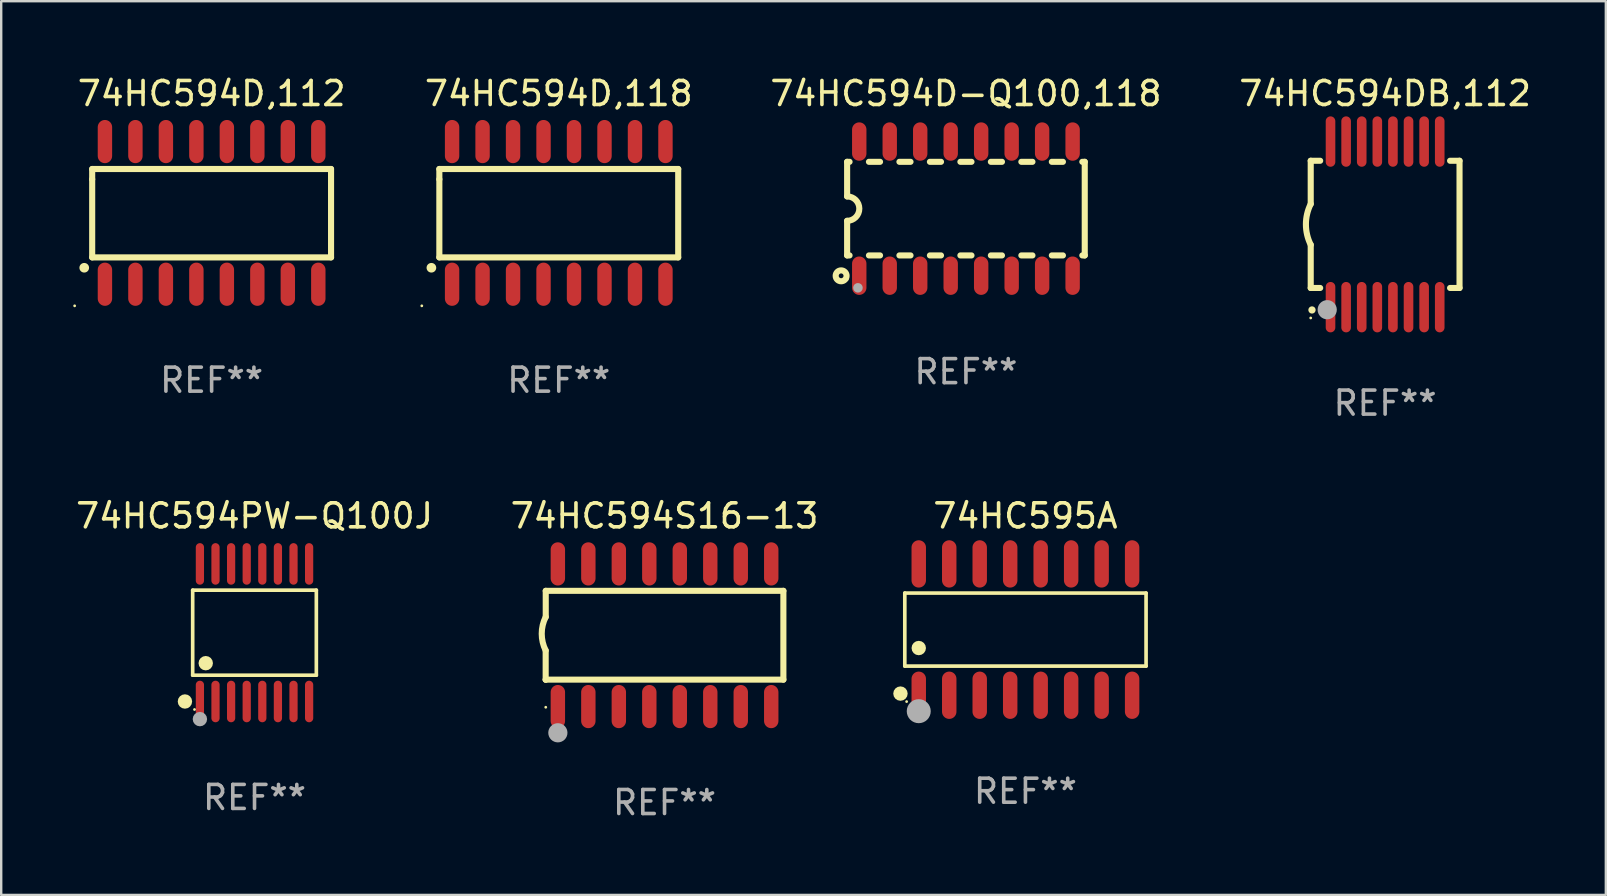
<source format=kicad_pcb>
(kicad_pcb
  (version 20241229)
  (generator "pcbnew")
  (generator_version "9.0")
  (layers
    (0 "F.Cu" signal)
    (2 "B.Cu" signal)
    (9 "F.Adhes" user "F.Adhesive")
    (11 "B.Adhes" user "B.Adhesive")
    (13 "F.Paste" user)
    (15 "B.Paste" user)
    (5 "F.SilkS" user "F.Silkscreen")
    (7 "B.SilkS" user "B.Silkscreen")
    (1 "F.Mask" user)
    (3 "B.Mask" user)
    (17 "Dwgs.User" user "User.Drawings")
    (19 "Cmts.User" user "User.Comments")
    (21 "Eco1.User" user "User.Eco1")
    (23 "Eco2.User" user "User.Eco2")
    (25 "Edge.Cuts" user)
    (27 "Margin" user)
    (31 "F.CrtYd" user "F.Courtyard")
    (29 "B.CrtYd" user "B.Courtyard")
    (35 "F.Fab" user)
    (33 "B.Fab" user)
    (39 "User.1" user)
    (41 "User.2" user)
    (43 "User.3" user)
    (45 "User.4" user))
  (footprint "74HC594PW-Q100J"
    (layer "F.Cu")
    (at 7.554 23.311)
    (property "Reference" "74HC594PW-Q100J" (at 0 -4.866 0) (layer "F.SilkS") (effects (font (size 1 1) (thickness 0.15))))
    (attr through_hole)
    (fp_line (start -2.576 -1.772) (end 2.576 -1.772) (stroke (width 0.152) (type solid)) (layer "F.SilkS"))
    (fp_line (start -2.576 1.771) (end -2.576 -1.772) (stroke (width 0.152) (type solid)) (layer "F.SilkS"))
    (fp_line (start 2.576 -1.772) (end 2.576 1.771) (stroke (width 0.152) (type solid)) (layer "F.SilkS"))
    (fp_line (start 2.576 1.771) (end -2.576 1.771) (stroke (width 0.152) (type solid)) (layer "F.SilkS"))
    (fp_circle (center -2.899 2.866) (end -2.749 2.866) (stroke (width 0.3) (type solid)) (fill no) (layer "F.SilkS"))
    (fp_circle (center -2.5 3.2) (end -2.47 3.2) (stroke (width 0.06) (type solid)) (fill no) (layer "F.SilkS"))
    (fp_circle (center -2.032 1.27) (end -1.882 1.27) (stroke (width 0.3) (type solid)) (fill no) (layer "F.SilkS"))
    (fp_circle (center -2.275 3.6) (end -2.125 3.6) (stroke (width 0.3) (type solid)) (fill no) (layer "F.Fab"))
    (fp_text user "REF**" (at 0 6.866 0) (layer "F.Fab") (effects (font (size 1 1) (thickness 0.15))))
    (pad "1" smd oval (at -2.275 2.866) (size 0.343 1.731) (layers "F.Cu" "F.Mask" "F.Paste"))
    (pad "2" smd oval (at -1.625 2.866) (size 0.343 1.731) (layers "F.Cu" "F.Mask" "F.Paste"))
    (pad "3" smd oval (at -0.975 2.866) (size 0.343 1.731) (layers "F.Cu" "F.Mask" "F.Paste"))
    (pad "4" smd oval (at -0.325 2.866) (size 0.343 1.731) (layers "F.Cu" "F.Mask" "F.Paste"))
    (pad "5" smd oval (at 0.325 2.866) (size 0.343 1.731) (layers "F.Cu" "F.Mask" "F.Paste"))
    (pad "6" smd oval (at 0.975 2.866) (size 0.343 1.731) (layers "F.Cu" "F.Mask" "F.Paste"))
    (pad "7" smd oval (at 1.625 2.866) (size 0.343 1.731) (layers "F.Cu" "F.Mask" "F.Paste"))
    (pad "8" smd oval (at 2.275 2.866) (size 0.343 1.731) (layers "F.Cu" "F.Mask" "F.Paste"))
    (pad "9" smd oval (at 2.275 -2.866) (size 0.343 1.731) (layers "F.Cu" "F.Mask" "F.Paste"))
    (pad "10" smd oval (at 1.625 -2.866) (size 0.343 1.731) (layers "F.Cu" "F.Mask" "F.Paste"))
    (pad "11" smd oval (at 0.975 -2.866) (size 0.343 1.731) (layers "F.Cu" "F.Mask" "F.Paste"))
    (pad "12" smd oval (at 0.325 -2.866) (size 0.343 1.731) (layers "F.Cu" "F.Mask" "F.Paste"))
    (pad "13" smd oval (at -0.325 -2.866) (size 0.343 1.731) (layers "F.Cu" "F.Mask" "F.Paste"))
    (pad "14" smd oval (at -0.975 -2.866) (size 0.343 1.731) (layers "F.Cu" "F.Mask" "F.Paste"))
    (pad "15" smd oval (at -1.625 -2.866) (size 0.343 1.731) (layers "F.Cu" "F.Mask" "F.Paste"))
    (pad "16" smd oval (at -2.275 -2.866) (size 0.343 1.731) (layers "F.Cu" "F.Mask" "F.Paste")))
  (footprint "74HC594D,118"
    (layer "F.Cu")
    (at 20.231 5.82)
    (property "Reference" "74HC594D,118" (at 0 -4.972 0) (layer "F.SilkS") (effects (font (size 1 1) (thickness 0.15))))
    (attr through_hole)
    (fp_line (start -4.976 -1.829) (end -4.976 -1.4) (stroke (width 0.254) (type solid)) (layer "F.SilkS"))
    (fp_line (start -4.976 -1.4) (end -4.976 1.854) (stroke (width 0.254) (type solid)) (layer "F.SilkS"))
    (fp_line (start -4.976 1.854) (end 4.976 1.854) (stroke (width 0.254) (type solid)) (layer "F.SilkS"))
    (fp_line (start 4.976 -1.829) (end -4.976 -1.829) (stroke (width 0.254) (type solid)) (layer "F.SilkS"))
    (fp_line (start 4.976 1.854) (end 4.976 -1.829) (stroke (width 0.254) (type solid)) (layer "F.SilkS"))
    (fp_arc (start -5.308611 2.286005) (mid -5.307341 2.286001) (end -5.306071 2.286005) (stroke (width 0.4) (type solid)) (layer "F.SilkS"))
    (fp_circle (center -5.707 3.872) (end -5.677 3.872) (stroke (width 0.06) (type solid)) (fill no) (layer "F.SilkS"))
    (fp_text user "REF**" (at 0 6.972 0) (layer "F.Fab") (effects (font (size 1 1) (thickness 0.15))))
    (pad "1" smd oval (at -4.445 2.972 180) (size 0.6 1.8) (layers "F.Cu" "F.Mask" "F.Paste"))
    (pad "2" smd oval (at -3.175 2.972 180) (size 0.6 1.8) (layers "F.Cu" "F.Mask" "F.Paste"))
    (pad "3" smd oval (at -1.905 2.972 180) (size 0.6 1.8) (layers "F.Cu" "F.Mask" "F.Paste"))
    (pad "4" smd oval (at -0.635 2.972 180) (size 0.6 1.8) (layers "F.Cu" "F.Mask" "F.Paste"))
    (pad "5" smd oval (at 0.635 2.972 180) (size 0.6 1.8) (layers "F.Cu" "F.Mask" "F.Paste"))
    (pad "6" smd oval (at 1.905 2.972 180) (size 0.6 1.8) (layers "F.Cu" "F.Mask" "F.Paste"))
    (pad "7" smd oval (at 3.175 2.972 180) (size 0.6 1.8) (layers "F.Cu" "F.Mask" "F.Paste"))
    (pad "8" smd oval (at 4.445 2.972 180) (size 0.6 1.8) (layers "F.Cu" "F.Mask" "F.Paste"))
    (pad "9" smd oval (at 4.445 -2.972 180) (size 0.6 1.8) (layers "F.Cu" "F.Mask" "F.Paste"))
    (pad "10" smd oval (at 3.175 -2.972 180) (size 0.6 1.8) (layers "F.Cu" "F.Mask" "F.Paste"))
    (pad "11" smd oval (at 1.905 -2.972 180) (size 0.6 1.8) (layers "F.Cu" "F.Mask" "F.Paste"))
    (pad "12" smd oval (at 0.635 -2.972 180) (size 0.6 1.8) (layers "F.Cu" "F.Mask" "F.Paste"))
    (pad "13" smd oval (at -0.635 -2.972 180) (size 0.6 1.8) (layers "F.Cu" "F.Mask" "F.Paste"))
    (pad "14" smd oval (at -1.905 -2.972 180) (size 0.6 1.8) (layers "F.Cu" "F.Mask" "F.Paste"))
    (pad "15" smd oval (at -3.175 -2.972 180) (size 0.6 1.8) (layers "F.Cu" "F.Mask" "F.Paste"))
    (pad "16" smd oval (at -4.445 -2.972 180) (size 0.6 1.8) (layers "F.Cu" "F.Mask" "F.Paste")))
  (footprint "74HC594DB,112"
    (layer "F.Cu")
    (at 54.66 6.298)
    (property "Reference" "74HC594DB,112" (at 0 -5.45 0) (layer "F.SilkS") (effects (font (size 1 1) (thickness 0.15))))
    (attr through_hole)
    (fp_line (start -3.1 -2.65) (end -3.1 -0.85) (stroke (width 0.254) (type solid)) (layer "F.SilkS"))
    (fp_line (start -3.1 -2.65) (end -2.706 -2.65) (stroke (width 0.254) (type solid)) (layer "F.SilkS"))
    (fp_line (start -3.1 2.65) (end -3.1 0.85) (stroke (width 0.254) (type solid)) (layer "F.SilkS"))
    (fp_line (start -3.1 2.65) (end -2.706 2.65) (stroke (width 0.254) (type solid)) (layer "F.SilkS"))
    (fp_line (start 2.706 -2.65) (end 3.1 -2.65) (stroke (width 0.254) (type solid)) (layer "F.SilkS"))
    (fp_line (start 2.706 2.65) (end 3.1 2.65) (stroke (width 0.254) (type solid)) (layer "F.SilkS"))
    (fp_line (start 3.1 -2.65) (end 3.1 2.65) (stroke (width 0.254) (type solid)) (layer "F.SilkS"))
    (fp_arc (start -3.098907 0.850902) (mid -3.300057 0.000523) (end -3.1 -0.850114) (stroke (width 0.254001) (type solid)) (layer "F.SilkS"))
    (fp_arc (start -3.048006 3.566066) (mid -3.046736 3.566061) (end -3.045466 3.566066) (stroke (width 0.3) (type solid)) (layer "F.SilkS"))
    (fp_circle (center -3.1 3.9) (end -3.07 3.9) (stroke (width 0.06) (type solid)) (fill no) (layer "F.SilkS"))
    (fp_circle (center -2.413 3.556) (end -2.213 3.556) (stroke (width 0.4) (type solid)) (fill no) (layer "F.Fab"))
    (fp_text user "REF**" (at 0 7.45 0) (layer "F.Fab") (effects (font (size 1 1) (thickness 0.15))))
    (pad "1" smd oval (at -2.275 3.45 180) (size 0.4 2.1) (layers "F.Cu" "F.Mask" "F.Paste"))
    (pad "2" smd oval (at -1.625 3.45 180) (size 0.4 2.1) (layers "F.Cu" "F.Mask" "F.Paste"))
    (pad "3" smd oval (at -0.975 3.45 180) (size 0.4 2.1) (layers "F.Cu" "F.Mask" "F.Paste"))
    (pad "4" smd oval (at -0.325 3.45 180) (size 0.4 2.1) (layers "F.Cu" "F.Mask" "F.Paste"))
    (pad "5" smd oval (at 0.325 3.45 180) (size 0.4 2.1) (layers "F.Cu" "F.Mask" "F.Paste"))
    (pad "6" smd oval (at 0.975 3.45 180) (size 0.4 2.1) (layers "F.Cu" "F.Mask" "F.Paste"))
    (pad "7" smd oval (at 1.625 3.45 180) (size 0.4 2.1) (layers "F.Cu" "F.Mask" "F.Paste"))
    (pad "8" smd oval (at 2.275 3.45 180) (size 0.4 2.1) (layers "F.Cu" "F.Mask" "F.Paste"))
    (pad "9" smd oval (at 2.275 -3.45 180) (size 0.4 2.1) (layers "F.Cu" "F.Mask" "F.Paste"))
    (pad "10" smd oval (at 1.625 -3.45 180) (size 0.4 2.1) (layers "F.Cu" "F.Mask" "F.Paste"))
    (pad "11" smd oval (at 0.975 -3.45 180) (size 0.4 2.1) (layers "F.Cu" "F.Mask" "F.Paste"))
    (pad "12" smd oval (at 0.325 -3.45 180) (size 0.4 2.1) (layers "F.Cu" "F.Mask" "F.Paste"))
    (pad "13" smd oval (at -0.325 -3.45 180) (size 0.4 2.1) (layers "F.Cu" "F.Mask" "F.Paste"))
    (pad "14" smd oval (at -0.975 -3.45 180) (size 0.4 2.1) (layers "F.Cu" "F.Mask" "F.Paste"))
    (pad "15" smd oval (at -1.625 -3.45 180) (size 0.4 2.1) (layers "F.Cu" "F.Mask" "F.Paste"))
    (pad "16" smd oval (at -2.275 -3.45 180) (size 0.4 2.1) (layers "F.Cu" "F.Mask" "F.Paste")))
  (footprint "74HC594D-Q100,118"
    (layer "F.Cu")
    (at 37.195 5.642)
    (property "Reference" "74HC594D-Q100,118" (at 0 -4.794 0) (layer "F.SilkS") (effects (font (size 1 1) (thickness 0.15))))
    (attr through_hole)
    (fp_line (start -4.95 -1.95) (end -4.95 -0.508) (stroke (width 0.254) (type solid)) (layer "F.SilkS"))
    (fp_line (start -4.95 -1.95) (end -4.849 -1.95) (stroke (width 0.254) (type solid)) (layer "F.SilkS"))
    (fp_line (start -4.95 1.95) (end -4.95 0.508) (stroke (width 0.254) (type solid)) (layer "F.SilkS"))
    (fp_line (start -4.95 1.95) (end -4.849 1.95) (stroke (width 0.254) (type solid)) (layer "F.SilkS"))
    (fp_line (start -4.041 -1.95) (end -3.579 -1.95) (stroke (width 0.254) (type solid)) (layer "F.SilkS"))
    (fp_line (start -4.041 1.95) (end -3.579 1.95) (stroke (width 0.254) (type solid)) (layer "F.SilkS"))
    (fp_line (start -2.771 -1.95) (end -2.309 -1.95) (stroke (width 0.254) (type solid)) (layer "F.SilkS"))
    (fp_line (start -2.771 1.95) (end -2.309 1.95) (stroke (width 0.254) (type solid)) (layer "F.SilkS"))
    (fp_line (start -1.501 -1.95) (end -1.039 -1.95) (stroke (width 0.254) (type solid)) (layer "F.SilkS"))
    (fp_line (start -1.501 1.95) (end -1.039 1.95) (stroke (width 0.254) (type solid)) (layer "F.SilkS"))
    (fp_line (start -0.231 -1.95) (end 0.231 -1.95) (stroke (width 0.254) (type solid)) (layer "F.SilkS"))
    (fp_line (start -0.231 1.95) (end 0.231 1.95) (stroke (width 0.254) (type solid)) (layer "F.SilkS"))
    (fp_line (start 1.039 -1.95) (end 1.501 -1.95) (stroke (width 0.254) (type solid)) (layer "F.SilkS"))
    (fp_line (start 1.039 1.95) (end 1.501 1.95) (stroke (width 0.254) (type solid)) (layer "F.SilkS"))
    (fp_line (start 2.309 -1.95) (end 2.771 -1.95) (stroke (width 0.254) (type solid)) (layer "F.SilkS"))
    (fp_line (start 2.309 1.95) (end 2.771 1.95) (stroke (width 0.254) (type solid)) (layer "F.SilkS"))
    (fp_line (start 3.579 -1.95) (end 4.041 -1.95) (stroke (width 0.254) (type solid)) (layer "F.SilkS"))
    (fp_line (start 3.579 1.95) (end 4.041 1.95) (stroke (width 0.254) (type solid)) (layer "F.SilkS"))
    (fp_line (start 4.849 -1.95) (end 4.95 -1.95) (stroke (width 0.254) (type solid)) (layer "F.SilkS"))
    (fp_line (start 4.849 1.95) (end 4.95 1.95) (stroke (width 0.254) (type solid)) (layer "F.SilkS"))
    (fp_line (start 4.95 -1.95) (end 4.95 1.95) (stroke (width 0.254) (type solid)) (layer "F.SilkS"))
    (fp_arc (start -4.95047 -0.508001) (mid -4.442469 -0.000228) (end -4.950013 0.508001) (stroke (width 0.254001) (type solid)) (layer "F.SilkS"))
    (fp_circle (center -5.2 2.8) (end -5.1 2.8) (stroke (width 0.254) (type solid)) (fill no) (layer "F.SilkS"))
    (fp_circle (center -4.95 2.947) (end -4.92 2.947) (stroke (width 0.06) (type solid)) (fill no) (layer "F.SilkS"))
    (fp_circle (center -4.5 3.3) (end -4.4 3.3) (stroke (width 0.2) (type solid)) (fill no) (layer "F.Fab"))
    (fp_text user "REF**" (at 0 6.794 0) (layer "F.Fab") (effects (font (size 1 1) (thickness 0.15))))
    (pad "1" smd oval (at -4.445 2.794) (size 0.6 1.6) (layers "F.Cu" "F.Mask" "F.Paste"))
    (pad "2" smd oval (at -3.175 2.794) (size 0.6 1.6) (layers "F.Cu" "F.Mask" "F.Paste"))
    (pad "3" smd oval (at -1.905 2.794) (size 0.6 1.6) (layers "F.Cu" "F.Mask" "F.Paste"))
    (pad "4" smd oval (at -0.635 2.794) (size 0.6 1.6) (layers "F.Cu" "F.Mask" "F.Paste"))
    (pad "5" smd oval (at 0.635 2.794) (size 0.6 1.6) (layers "F.Cu" "F.Mask" "F.Paste"))
    (pad "6" smd oval (at 1.905 2.794) (size 0.6 1.6) (layers "F.Cu" "F.Mask" "F.Paste"))
    (pad "7" smd oval (at 3.175 2.794) (size 0.6 1.6) (layers "F.Cu" "F.Mask" "F.Paste"))
    (pad "8" smd oval (at 4.445 2.794) (size 0.6 1.6) (layers "F.Cu" "F.Mask" "F.Paste"))
    (pad "9" smd oval (at 4.445 -2.794) (size 0.6 1.6) (layers "F.Cu" "F.Mask" "F.Paste"))
    (pad "10" smd oval (at 3.175 -2.794) (size 0.6 1.6) (layers "F.Cu" "F.Mask" "F.Paste"))
    (pad "11" smd oval (at 1.905 -2.794) (size 0.6 1.6) (layers "F.Cu" "F.Mask" "F.Paste"))
    (pad "12" smd oval (at 0.635 -2.794) (size 0.6 1.6) (layers "F.Cu" "F.Mask" "F.Paste"))
    (pad "13" smd oval (at -0.635 -2.794) (size 0.6 1.6) (layers "F.Cu" "F.Mask" "F.Paste"))
    (pad "14" smd oval (at -1.905 -2.794) (size 0.6 1.6) (layers "F.Cu" "F.Mask" "F.Paste"))
    (pad "15" smd oval (at -3.175 -2.794) (size 0.6 1.6) (layers "F.Cu" "F.Mask" "F.Paste"))
    (pad "16" smd oval (at -4.445 -2.794) (size 0.6 1.6) (layers "F.Cu" "F.Mask" "F.Paste")))
  (footprint "74HC594S16-13"
    (layer "F.Cu")
    (at 24.637 23.417)
    (property "Reference" "74HC594S16-13" (at 0 -4.972 0) (layer "F.SilkS") (effects (font (size 1 1) (thickness 0.15))))
    (attr through_hole)
    (fp_line (start -4.952 0.635) (end -4.952 1.85) (stroke (width 0.254) (type solid)) (layer "F.SilkS"))
    (fp_line (start -4.952 1.85) (end -4.949 1.85) (stroke (width 0.254) (type solid)) (layer "F.SilkS"))
    (fp_line (start -4.949 -1.85) (end -4.949 -0.762) (stroke (width 0.254) (type solid)) (layer "F.SilkS"))
    (fp_line (start -4.949 1.85) (end 4.952 1.85) (stroke (width 0.254) (type solid)) (layer "F.SilkS"))
    (fp_line (start 4.952 -1.85) (end -4.949 -1.85) (stroke (width 0.254) (type solid)) (layer "F.SilkS"))
    (fp_line (start 4.952 1.85) (end 4.952 -1.85) (stroke (width 0.254) (type solid)) (layer "F.SilkS"))
    (fp_arc (start -4.951524 0.635001) (mid -5.116418 -0.0635) (end -4.951524 -0.762002) (stroke (width 0.254001) (type solid)) (layer "F.SilkS"))
    (fp_circle (center -4.949 3) (end -4.919 3) (stroke (width 0.06) (type solid)) (fill no) (layer "F.SilkS"))
    (fp_circle (center -4.444 4.064) (end -4.244 4.064) (stroke (width 0.4) (type solid)) (fill no) (layer "F.Fab"))
    (fp_text user "REF**" (at 0 6.972 0) (layer "F.Fab") (effects (font (size 1 1) (thickness 0.15))))
    (pad "1" smd oval (at -4.444 2.972 180) (size 0.6 1.8) (layers "F.Cu" "F.Mask" "F.Paste"))
    (pad "2" smd oval (at -3.174 2.972 180) (size 0.6 1.8) (layers "F.Cu" "F.Mask" "F.Paste"))
    (pad "3" smd oval (at -1.904 2.972 180) (size 0.6 1.8) (layers "F.Cu" "F.Mask" "F.Paste"))
    (pad "4" smd oval (at -0.634 2.972 180) (size 0.6 1.8) (layers "F.Cu" "F.Mask" "F.Paste"))
    (pad "5" smd oval (at 0.636 2.972 180) (size 0.6 1.8) (layers "F.Cu" "F.Mask" "F.Paste"))
    (pad "6" smd oval (at 1.906 2.972 180) (size 0.6 1.8) (layers "F.Cu" "F.Mask" "F.Paste"))
    (pad "7" smd oval (at 3.176 2.972 180) (size 0.6 1.8) (layers "F.Cu" "F.Mask" "F.Paste"))
    (pad "8" smd oval (at 4.446 2.972 180) (size 0.6 1.8) (layers "F.Cu" "F.Mask" "F.Paste"))
    (pad "9" smd oval (at 4.446 -2.972 180) (size 0.6 1.8) (layers "F.Cu" "F.Mask" "F.Paste"))
    (pad "10" smd oval (at 3.176 -2.972 180) (size 0.6 1.8) (layers "F.Cu" "F.Mask" "F.Paste"))
    (pad "11" smd oval (at 1.906 -2.972 180) (size 0.6 1.8) (layers "F.Cu" "F.Mask" "F.Paste"))
    (pad "12" smd oval (at 0.636 -2.972 180) (size 0.6 1.8) (layers "F.Cu" "F.Mask" "F.Paste"))
    (pad "13" smd oval (at -0.634 -2.972 180) (size 0.6 1.8) (layers "F.Cu" "F.Mask" "F.Paste"))
    (pad "14" smd oval (at -1.904 -2.972 180) (size 0.6 1.8) (layers "F.Cu" "F.Mask" "F.Paste"))
    (pad "15" smd oval (at -3.174 -2.972 180) (size 0.6 1.8) (layers "F.Cu" "F.Mask" "F.Paste"))
    (pad "16" smd oval (at -4.444 -2.972 180) (size 0.6 1.8) (layers "F.Cu" "F.Mask" "F.Paste")))
  (footprint "74HC594D,112"
    (layer "F.Cu")
    (at 5.767 5.82)
    (property "Reference" "74HC594D,112" (at 0 -4.972 0) (layer "F.SilkS") (effects (font (size 1 1) (thickness 0.15))))
    (attr through_hole)
    (fp_line (start -4.976 -1.829) (end -4.976 -1.4) (stroke (width 0.254) (type solid)) (layer "F.SilkS"))
    (fp_line (start -4.976 -1.4) (end -4.976 1.854) (stroke (width 0.254) (type solid)) (layer "F.SilkS"))
    (fp_line (start -4.976 1.854) (end 4.976 1.854) (stroke (width 0.254) (type solid)) (layer "F.SilkS"))
    (fp_line (start 4.976 -1.829) (end -4.976 -1.829) (stroke (width 0.254) (type solid)) (layer "F.SilkS"))
    (fp_line (start 4.976 1.854) (end 4.976 -1.829) (stroke (width 0.254) (type solid)) (layer "F.SilkS"))
    (fp_arc (start -5.308611 2.286005) (mid -5.307341 2.286001) (end -5.306071 2.286005) (stroke (width 0.4) (type solid)) (layer "F.SilkS"))
    (fp_circle (center -5.707 3.872) (end -5.677 3.872) (stroke (width 0.06) (type solid)) (fill no) (layer "F.SilkS"))
    (fp_text user "REF**" (at 0 6.972 0) (layer "F.Fab") (effects (font (size 1 1) (thickness 0.15))))
    (pad "1" smd oval (at -4.445 2.972 180) (size 0.6 1.8) (layers "F.Cu" "F.Mask" "F.Paste"))
    (pad "2" smd oval (at -3.175 2.972 180) (size 0.6 1.8) (layers "F.Cu" "F.Mask" "F.Paste"))
    (pad "3" smd oval (at -1.905 2.972 180) (size 0.6 1.8) (layers "F.Cu" "F.Mask" "F.Paste"))
    (pad "4" smd oval (at -0.635 2.972 180) (size 0.6 1.8) (layers "F.Cu" "F.Mask" "F.Paste"))
    (pad "5" smd oval (at 0.635 2.972 180) (size 0.6 1.8) (layers "F.Cu" "F.Mask" "F.Paste"))
    (pad "6" smd oval (at 1.905 2.972 180) (size 0.6 1.8) (layers "F.Cu" "F.Mask" "F.Paste"))
    (pad "7" smd oval (at 3.175 2.972 180) (size 0.6 1.8) (layers "F.Cu" "F.Mask" "F.Paste"))
    (pad "8" smd oval (at 4.445 2.972 180) (size 0.6 1.8) (layers "F.Cu" "F.Mask" "F.Paste"))
    (pad "9" smd oval (at 4.445 -2.972 180) (size 0.6 1.8) (layers "F.Cu" "F.Mask" "F.Paste"))
    (pad "10" smd oval (at 3.175 -2.972 180) (size 0.6 1.8) (layers "F.Cu" "F.Mask" "F.Paste"))
    (pad "11" smd oval (at 1.905 -2.972 180) (size 0.6 1.8) (layers "F.Cu" "F.Mask" "F.Paste"))
    (pad "12" smd oval (at 0.635 -2.972 180) (size 0.6 1.8) (layers "F.Cu" "F.Mask" "F.Paste"))
    (pad "13" smd oval (at -0.635 -2.972 180) (size 0.6 1.8) (layers "F.Cu" "F.Mask" "F.Paste"))
    (pad "14" smd oval (at -1.905 -2.972 180) (size 0.6 1.8) (layers "F.Cu" "F.Mask" "F.Paste"))
    (pad "15" smd oval (at -3.175 -2.972 180) (size 0.6 1.8) (layers "F.Cu" "F.Mask" "F.Paste"))
    (pad "16" smd oval (at -4.445 -2.972 180) (size 0.6 1.8) (layers "F.Cu" "F.Mask" "F.Paste")))
  (footprint "74HC595A"
    (layer "F.Cu")
    (at 39.674 23.181)
    (property "Reference" "74HC595A" (at 0 -4.736 0) (layer "F.SilkS") (effects (font (size 1 1) (thickness 0.15))))
    (attr through_hole)
    (fp_line (start -5.026 -1.521) (end 5.026 -1.521) (stroke (width 0.152) (type solid)) (layer "F.SilkS"))
    (fp_line (start -5.026 1.521) (end -5.026 -1.521) (stroke (width 0.152) (type solid)) (layer "F.SilkS"))
    (fp_line (start 5.026 -1.521) (end 5.026 1.521) (stroke (width 0.152) (type solid)) (layer "F.SilkS"))
    (fp_line (start 5.026 1.521) (end -5.026 1.521) (stroke (width 0.152) (type solid)) (layer "F.SilkS"))
    (fp_circle (center -5.207 2.667) (end -5.057 2.667) (stroke (width 0.3) (type solid)) (fill no) (layer "F.SilkS"))
    (fp_circle (center -4.95 3) (end -4.92 3) (stroke (width 0.06) (type solid)) (fill no) (layer "F.SilkS"))
    (fp_circle (center -4.445 0.769) (end -4.295 0.769) (stroke (width 0.3) (type solid)) (fill no) (layer "F.SilkS"))
    (fp_circle (center -4.445 3.4) (end -4.195 3.4) (stroke (width 0.5) (type solid)) (fill no) (layer "F.Fab"))
    (fp_text user "REF**" (at 0 6.736 0) (layer "F.Fab") (effects (font (size 1 1) (thickness 0.15))))
    (pad "1" smd oval (at -4.445 2.736) (size 0.602 1.971) (layers "F.Cu" "F.Mask" "F.Paste"))
    (pad "2" smd oval (at -3.175 2.736) (size 0.602 1.971) (layers "F.Cu" "F.Mask" "F.Paste"))
    (pad "3" smd oval (at -1.905 2.736) (size 0.602 1.971) (layers "F.Cu" "F.Mask" "F.Paste"))
    (pad "4" smd oval (at -0.635 2.736) (size 0.602 1.971) (layers "F.Cu" "F.Mask" "F.Paste"))
    (pad "5" smd oval (at 0.635 2.736) (size 0.602 1.971) (layers "F.Cu" "F.Mask" "F.Paste"))
    (pad "6" smd oval (at 1.905 2.736) (size 0.602 1.971) (layers "F.Cu" "F.Mask" "F.Paste"))
    (pad "7" smd oval (at 3.175 2.736) (size 0.602 1.971) (layers "F.Cu" "F.Mask" "F.Paste"))
    (pad "8" smd oval (at 4.445 2.736) (size 0.602 1.971) (layers "F.Cu" "F.Mask" "F.Paste"))
    (pad "9" smd oval (at 4.445 -2.736) (size 0.602 1.971) (layers "F.Cu" "F.Mask" "F.Paste"))
    (pad "10" smd oval (at 3.175 -2.736) (size 0.602 1.971) (layers "F.Cu" "F.Mask" "F.Paste"))
    (pad "11" smd oval (at 1.905 -2.736) (size 0.602 1.971) (layers "F.Cu" "F.Mask" "F.Paste"))
    (pad "12" smd oval (at 0.635 -2.736) (size 0.602 1.971) (layers "F.Cu" "F.Mask" "F.Paste"))
    (pad "13" smd oval (at -0.635 -2.736) (size 0.602 1.971) (layers "F.Cu" "F.Mask" "F.Paste"))
    (pad "14" smd oval (at -1.905 -2.736) (size 0.602 1.971) (layers "F.Cu" "F.Mask" "F.Paste"))
    (pad "15" smd oval (at -3.175 -2.736) (size 0.602 1.971) (layers "F.Cu" "F.Mask" "F.Paste"))
    (pad "16" smd oval (at -4.445 -2.736) (size 0.602 1.971) (layers "F.Cu" "F.Mask" "F.Paste")))
  (gr_rect
    (start -3 -3)
    (end 63.856 34.237)
    (stroke (width 0.1) (type default))
    (fill no)
    (layer "Edge.Cuts")))
</source>
